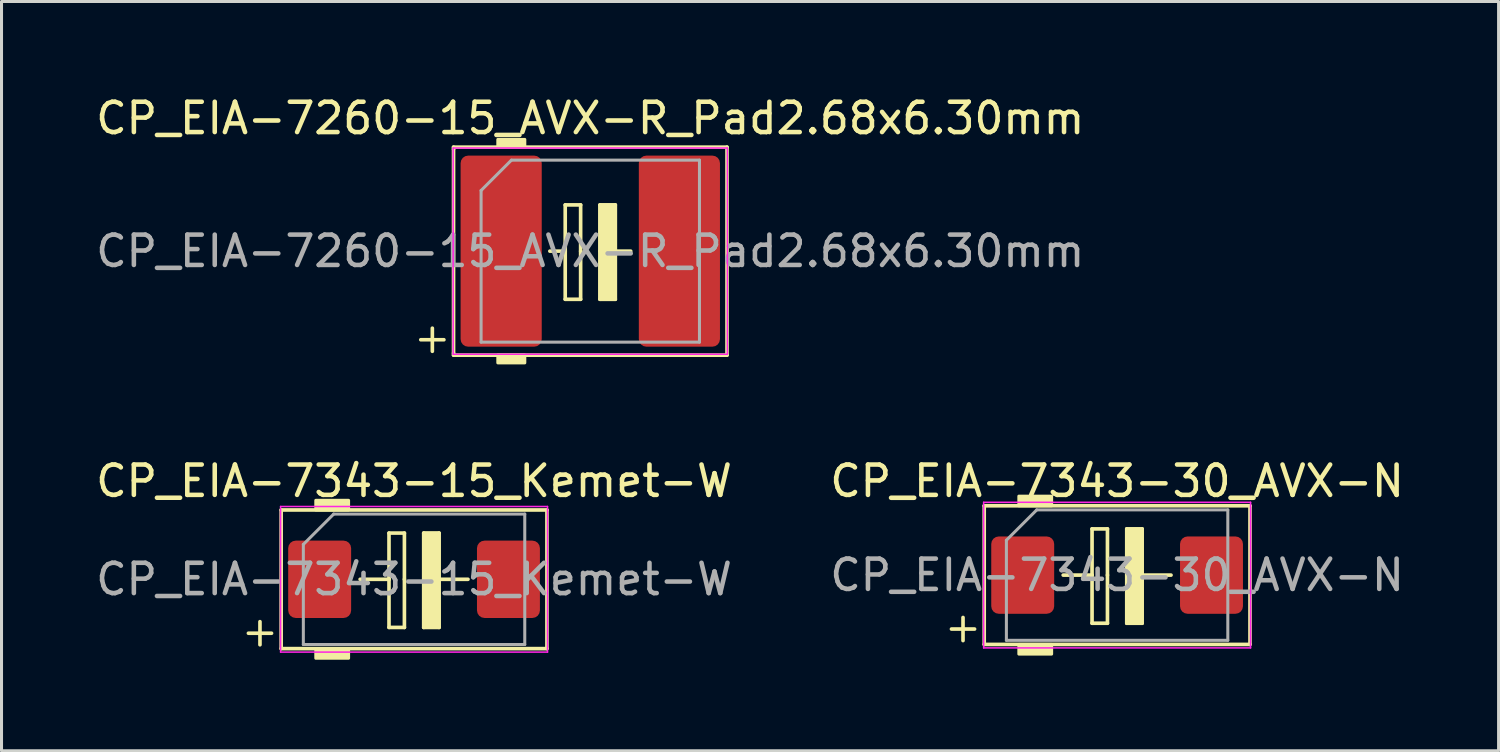
<source format=kicad_pcb>
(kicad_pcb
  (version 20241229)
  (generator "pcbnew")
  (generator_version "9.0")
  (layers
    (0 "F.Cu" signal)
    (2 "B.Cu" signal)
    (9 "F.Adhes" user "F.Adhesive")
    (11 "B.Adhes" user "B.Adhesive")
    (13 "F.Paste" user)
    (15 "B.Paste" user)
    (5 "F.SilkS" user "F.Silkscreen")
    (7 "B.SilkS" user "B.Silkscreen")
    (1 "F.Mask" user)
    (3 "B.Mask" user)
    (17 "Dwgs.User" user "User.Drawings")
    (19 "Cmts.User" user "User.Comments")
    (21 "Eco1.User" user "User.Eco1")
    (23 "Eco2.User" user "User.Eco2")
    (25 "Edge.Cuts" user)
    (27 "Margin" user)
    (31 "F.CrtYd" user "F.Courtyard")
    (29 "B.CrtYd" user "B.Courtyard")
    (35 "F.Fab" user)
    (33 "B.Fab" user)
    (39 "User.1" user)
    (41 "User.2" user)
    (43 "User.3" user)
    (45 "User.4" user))
  (footprint "CP_EIA-7343-30_AVX-N"
    (layer "F.Cu")
    (at 33.78 15.911)
    (property "Reference" "CP_EIA-7343-30_AVX-N" (at 0 -3.1 0) (layer "F.SilkS") (effects (font (size 1 1) (thickness 0.15))))
    (attr smd)
    (fp_line (start -5.461 1.778) (end -4.699 1.778) (stroke (width 0.12) (type solid)) (layer "F.SilkS"))
    (fp_line (start -5.08 1.397) (end -5.08 2.159) (stroke (width 0.12) (type solid)) (layer "F.SilkS"))
    (fp_line (start -4.381 -2.286) (end -4.381 2.286) (stroke (width 0.12) (type solid)) (layer "F.SilkS"))
    (fp_line (start -4.381 2.286) (end 4.381 2.286) (stroke (width 0.12) (type solid)) (layer "F.SilkS"))
    (fp_line (start -1.778 0) (end -0.826 0) (stroke (width 0.12) (type solid)) (layer "F.SilkS"))
    (fp_line (start -0.826 -1.524) (end -0.826 0) (stroke (width 0.12) (type solid)) (layer "F.SilkS"))
    (fp_line (start -0.826 1.587) (end -0.826 0) (stroke (width 0.12) (type solid)) (layer "F.SilkS"))
    (fp_line (start -0.826 1.587) (end -0.318 1.587) (stroke (width 0.12) (type solid)) (layer "F.SilkS"))
    (fp_line (start -0.318 -1.524) (end -0.826 -1.524) (stroke (width 0.12) (type solid)) (layer "F.SilkS"))
    (fp_line (start -0.318 -1.524) (end -0.318 0) (stroke (width 0.12) (type solid)) (layer "F.SilkS"))
    (fp_line (start -0.318 1.587) (end -0.318 0) (stroke (width 0.12) (type solid)) (layer "F.SilkS"))
    (fp_line (start 0.318 -1.524) (end 0.318 0) (stroke (width 0.12) (type solid)) (layer "F.SilkS"))
    (fp_line (start 0.318 1.587) (end 0.318 0) (stroke (width 0.12) (type solid)) (layer "F.SilkS"))
    (fp_line (start 0.318 1.587) (end 0.826 1.587) (stroke (width 0.12) (type solid)) (layer "F.SilkS"))
    (fp_line (start 0.826 -1.524) (end 0.318 -1.524) (stroke (width 0.12) (type solid)) (layer "F.SilkS"))
    (fp_line (start 0.826 -1.524) (end 0.826 0) (stroke (width 0.12) (type solid)) (layer "F.SilkS"))
    (fp_line (start 0.826 0) (end 1.778 0) (stroke (width 0.12) (type solid)) (layer "F.SilkS"))
    (fp_line (start 0.826 1.587) (end 0.826 0) (stroke (width 0.12) (type solid)) (layer "F.SilkS"))
    (fp_line (start 4.381 -2.286) (end -4.381 -2.286) (stroke (width 0.12) (type solid)) (layer "F.SilkS"))
    (fp_line (start 4.381 2.286) (end 4.381 -2.286) (stroke (width 0.12) (type solid)) (layer "F.SilkS"))
    (fp_poly (pts (xy -2.159 -2.286) (xy -3.239 -2.286) (xy -3.239 -2.603) (xy -2.159 -2.603)) (stroke (width 0.1) (type solid)) (fill yes) (layer "F.SilkS"))
    (fp_poly (pts (xy -2.159 2.603) (xy -3.239 2.603) (xy -3.239 2.286) (xy -2.159 2.286)) (stroke (width 0.1) (type solid)) (fill yes) (layer "F.SilkS"))
    (fp_poly (pts (xy 0.826 1.587) (xy 0.318 1.587) (xy 0.318 -1.524) (xy 0.826 -1.524)) (stroke (width 0.1) (type solid)) (fill yes) (layer "F.SilkS"))
    (fp_line (start -4.4 -2.4) (end 4.4 -2.4) (stroke (width 0.05) (type solid)) (layer "F.CrtYd"))
    (fp_line (start -4.4 2.4) (end -4.4 -2.4) (stroke (width 0.05) (type solid)) (layer "F.CrtYd"))
    (fp_line (start 4.4 -2.4) (end 4.4 2.4) (stroke (width 0.05) (type solid)) (layer "F.CrtYd"))
    (fp_line (start 4.4 2.4) (end -4.4 2.4) (stroke (width 0.05) (type solid)) (layer "F.CrtYd"))
    (fp_line (start -3.65 -1.15) (end -3.65 2.15) (stroke (width 0.1) (type solid)) (layer "F.Fab"))
    (fp_line (start -3.65 2.15) (end 3.65 2.15) (stroke (width 0.1) (type solid)) (layer "F.Fab"))
    (fp_line (start -2.65 -2.15) (end -3.65 -1.15) (stroke (width 0.1) (type solid)) (layer "F.Fab"))
    (fp_line (start 3.65 -2.15) (end -2.65 -2.15) (stroke (width 0.1) (type solid)) (layer "F.Fab"))
    (fp_line (start 3.65 2.15) (end 3.65 -2.15) (stroke (width 0.1) (type solid)) (layer "F.Fab"))
    (fp_text user "${REFERENCE}" (at 0 0 0) (layer "F.Fab") (effects (font (size 1 1) (thickness 0.15))))
    (pad "1" smd roundrect (at -3.112 0) (size 2.075 2.55) (layers "F.Cu" "F.Mask" "F.Paste") (roundrect_rratio 0.12))
    (pad "2" smd roundrect (at 3.112 0) (size 2.075 2.55) (layers "F.Cu" "F.Mask" "F.Paste") (roundrect_rratio 0.12)))
  (footprint "CP_EIA-7343-15_Kemet-W"
    (layer "F.Cu")
    (at 10.601 16.049)
    (property "Reference" "CP_EIA-7343-15_Kemet-W" (at 0 -3.239 0) (layer "F.SilkS") (effects (font (size 1 1) (thickness 0.15))))
    (attr smd)
    (fp_line (start -5.461 1.778) (end -4.699 1.778) (stroke (width 0.12) (type solid)) (layer "F.SilkS"))
    (fp_line (start -5.08 1.397) (end -5.08 2.159) (stroke (width 0.12) (type solid)) (layer "F.SilkS"))
    (fp_line (start -4.381 -2.286) (end -4.381 2.286) (stroke (width 0.12) (type solid)) (layer "F.SilkS"))
    (fp_line (start -4.381 2.286) (end 4.381 2.286) (stroke (width 0.12) (type solid)) (layer "F.SilkS"))
    (fp_line (start -1.778 0) (end -0.826 0) (stroke (width 0.12) (type solid)) (layer "F.SilkS"))
    (fp_line (start -0.826 -1.524) (end -0.826 0) (stroke (width 0.12) (type solid)) (layer "F.SilkS"))
    (fp_line (start -0.826 1.587) (end -0.826 0) (stroke (width 0.12) (type solid)) (layer "F.SilkS"))
    (fp_line (start -0.826 1.587) (end -0.318 1.587) (stroke (width 0.12) (type solid)) (layer "F.SilkS"))
    (fp_line (start -0.318 -1.524) (end -0.826 -1.524) (stroke (width 0.12) (type solid)) (layer "F.SilkS"))
    (fp_line (start -0.318 -1.524) (end -0.318 0) (stroke (width 0.12) (type solid)) (layer "F.SilkS"))
    (fp_line (start -0.318 1.587) (end -0.318 0) (stroke (width 0.12) (type solid)) (layer "F.SilkS"))
    (fp_line (start 0.318 -1.524) (end 0.318 0) (stroke (width 0.12) (type solid)) (layer "F.SilkS"))
    (fp_line (start 0.318 1.587) (end 0.318 0) (stroke (width 0.12) (type solid)) (layer "F.SilkS"))
    (fp_line (start 0.318 1.587) (end 0.826 1.587) (stroke (width 0.12) (type solid)) (layer "F.SilkS"))
    (fp_line (start 0.826 -1.524) (end 0.318 -1.524) (stroke (width 0.12) (type solid)) (layer "F.SilkS"))
    (fp_line (start 0.826 -1.524) (end 0.826 0) (stroke (width 0.12) (type solid)) (layer "F.SilkS"))
    (fp_line (start 0.826 0) (end 1.778 0) (stroke (width 0.12) (type solid)) (layer "F.SilkS"))
    (fp_line (start 0.826 1.587) (end 0.826 0) (stroke (width 0.12) (type solid)) (layer "F.SilkS"))
    (fp_line (start 4.381 -2.286) (end -4.381 -2.286) (stroke (width 0.12) (type solid)) (layer "F.SilkS"))
    (fp_line (start 4.381 2.286) (end 4.381 -2.286) (stroke (width 0.12) (type solid)) (layer "F.SilkS"))
    (fp_poly (pts (xy -2.159 -2.286) (xy -3.239 -2.286) (xy -3.239 -2.603) (xy -2.159 -2.603)) (stroke (width 0.1) (type solid)) (fill yes) (layer "F.SilkS"))
    (fp_poly (pts (xy -2.159 2.603) (xy -3.239 2.603) (xy -3.239 2.286) (xy -2.159 2.286)) (stroke (width 0.1) (type solid)) (fill yes) (layer "F.SilkS"))
    (fp_poly (pts (xy 0.826 1.587) (xy 0.318 1.587) (xy 0.318 -1.524) (xy 0.826 -1.524)) (stroke (width 0.1) (type solid)) (fill yes) (layer "F.SilkS"))
    (fp_line (start -4.4 -2.4) (end 4.4 -2.4) (stroke (width 0.05) (type solid)) (layer "F.CrtYd"))
    (fp_line (start -4.4 2.4) (end -4.4 -2.4) (stroke (width 0.05) (type solid)) (layer "F.CrtYd"))
    (fp_line (start 4.4 -2.4) (end 4.4 2.4) (stroke (width 0.05) (type solid)) (layer "F.CrtYd"))
    (fp_line (start 4.4 2.4) (end -4.4 2.4) (stroke (width 0.05) (type solid)) (layer "F.CrtYd"))
    (fp_line (start -3.65 -1.15) (end -3.65 2.15) (stroke (width 0.1) (type solid)) (layer "F.Fab"))
    (fp_line (start -3.65 2.15) (end 3.65 2.15) (stroke (width 0.1) (type solid)) (layer "F.Fab"))
    (fp_line (start -2.65 -2.15) (end -3.65 -1.15) (stroke (width 0.1) (type solid)) (layer "F.Fab"))
    (fp_line (start 3.65 -2.15) (end -2.65 -2.15) (stroke (width 0.1) (type solid)) (layer "F.Fab"))
    (fp_line (start 3.65 2.15) (end 3.65 -2.15) (stroke (width 0.1) (type solid)) (layer "F.Fab"))
    (fp_text user "${REFERENCE}" (at 0 0 0) (layer "F.Fab") (effects (font (size 1 1) (thickness 0.15))))
    (pad "1" smd roundrect (at -3.112 0) (size 2.075 2.55) (layers "F.Cu" "F.Mask" "F.Paste") (roundrect_rratio 0.12))
    (pad "2" smd roundrect (at 3.112 0) (size 2.075 2.55) (layers "F.Cu" "F.Mask" "F.Paste") (roundrect_rratio 0.12)))
  (footprint "CP_EIA-7260-15_AVX-R_Pad2.68x6.30mm"
    (layer "F.Cu")
    (at 16.411 5.23)
    (property "Reference" "CP_EIA-7260-15_AVX-R_Pad2.68x6.30mm" (at 0 -4.381 0) (layer "F.SilkS") (effects (font (size 1 1) (thickness 0.15))))
    (attr smd)
    (fp_line (start -5.588 2.921) (end -4.826 2.921) (stroke (width 0.12) (type solid)) (layer "F.SilkS"))
    (fp_line (start -5.207 2.54) (end -5.207 3.302) (stroke (width 0.12) (type solid)) (layer "F.SilkS"))
    (fp_line (start -4.508 -3.429) (end -4.508 -3.365) (stroke (width 0.12) (type solid)) (layer "F.SilkS"))
    (fp_line (start -4.508 -3.365) (end -4.508 3.365) (stroke (width 0.12) (type solid)) (layer "F.SilkS"))
    (fp_line (start -4.508 3.365) (end -4.508 3.429) (stroke (width 0.12) (type solid)) (layer "F.SilkS"))
    (fp_line (start -4.508 3.429) (end 4.508 3.429) (stroke (width 0.12) (type solid)) (layer "F.SilkS"))
    (fp_line (start -1.333 0) (end -0.826 0) (stroke (width 0.12) (type solid)) (layer "F.SilkS"))
    (fp_line (start -0.826 -1.524) (end -0.826 0) (stroke (width 0.12) (type solid)) (layer "F.SilkS"))
    (fp_line (start -0.826 1.587) (end -0.826 0) (stroke (width 0.12) (type solid)) (layer "F.SilkS"))
    (fp_line (start -0.826 1.587) (end -0.318 1.587) (stroke (width 0.12) (type solid)) (layer "F.SilkS"))
    (fp_line (start -0.318 -1.524) (end -0.826 -1.524) (stroke (width 0.12) (type solid)) (layer "F.SilkS"))
    (fp_line (start -0.318 -1.524) (end -0.318 0) (stroke (width 0.12) (type solid)) (layer "F.SilkS"))
    (fp_line (start -0.318 1.587) (end -0.318 0) (stroke (width 0.12) (type solid)) (layer "F.SilkS"))
    (fp_line (start 0.318 -1.524) (end 0.318 0) (stroke (width 0.12) (type solid)) (layer "F.SilkS"))
    (fp_line (start 0.318 1.587) (end 0.318 0) (stroke (width 0.12) (type solid)) (layer "F.SilkS"))
    (fp_line (start 0.318 1.587) (end 0.826 1.587) (stroke (width 0.12) (type solid)) (layer "F.SilkS"))
    (fp_line (start 0.826 -1.524) (end 0.318 -1.524) (stroke (width 0.12) (type solid)) (layer "F.SilkS"))
    (fp_line (start 0.826 -1.524) (end 0.826 0) (stroke (width 0.12) (type solid)) (layer "F.SilkS"))
    (fp_line (start 0.826 0) (end 1.333 0) (stroke (width 0.12) (type solid)) (layer "F.SilkS"))
    (fp_line (start 0.826 1.587) (end 0.826 0) (stroke (width 0.12) (type solid)) (layer "F.SilkS"))
    (fp_line (start 4.508 -3.429) (end -4.508 -3.429) (stroke (width 0.12) (type solid)) (layer "F.SilkS"))
    (fp_line (start 4.508 3.429) (end 4.508 -3.429) (stroke (width 0.12) (type solid)) (layer "F.SilkS"))
    (fp_poly (pts (xy -2.159 -3.429) (xy -3.048 -3.429) (xy -3.048 -3.683) (xy -2.159 -3.683)) (stroke (width 0.1) (type solid)) (fill yes) (layer "F.SilkS"))
    (fp_poly (pts (xy -2.159 3.683) (xy -3.048 3.683) (xy -3.048 3.429) (xy -2.159 3.429)) (stroke (width 0.1) (type solid)) (fill yes) (layer "F.SilkS"))
    (fp_poly (pts (xy 0.826 1.587) (xy 0.318 1.587) (xy 0.318 -1.524) (xy 0.826 -1.524)) (stroke (width 0.1) (type solid)) (fill yes) (layer "F.SilkS"))
    (fp_line (start -4.52 -3.4) (end 4.52 -3.4) (stroke (width 0.05) (type solid)) (layer "F.CrtYd"))
    (fp_line (start -4.52 3.4) (end -4.52 -3.4) (stroke (width 0.05) (type solid)) (layer "F.CrtYd"))
    (fp_line (start 4.52 -3.4) (end 4.52 3.4) (stroke (width 0.05) (type solid)) (layer "F.CrtYd"))
    (fp_line (start 4.52 3.4) (end -4.52 3.4) (stroke (width 0.05) (type solid)) (layer "F.CrtYd"))
    (fp_line (start -3.6 -2) (end -3.6 3) (stroke (width 0.1) (type solid)) (layer "F.Fab"))
    (fp_line (start -3.6 3) (end 3.6 3) (stroke (width 0.1) (type solid)) (layer "F.Fab"))
    (fp_line (start -2.6 -3) (end -3.6 -2) (stroke (width 0.1) (type solid)) (layer "F.Fab"))
    (fp_line (start 3.6 -3) (end -2.6 -3) (stroke (width 0.1) (type solid)) (layer "F.Fab"))
    (fp_line (start 3.6 3) (end 3.6 -3) (stroke (width 0.1) (type solid)) (layer "F.Fab"))
    (fp_text user "${REFERENCE}" (at 0 0 0) (layer "F.Fab") (effects (font (size 1 1) (thickness 0.15))))
    (pad "1" smd roundrect (at -2.938 0) (size 2.675 6.3) (layers "F.Cu" "F.Mask" "F.Paste") (roundrect_rratio 0.093))
    (pad "2" smd roundrect (at 2.938 0) (size 2.675 6.3) (layers "F.Cu" "F.Mask" "F.Paste") (roundrect_rratio 0.093)))
  (gr_rect
    (start -3 -3)
    (end 46.357 21.703)
    (stroke (width 0.1) (type default))
    (fill no)
    (layer "Edge.Cuts")))
</source>
